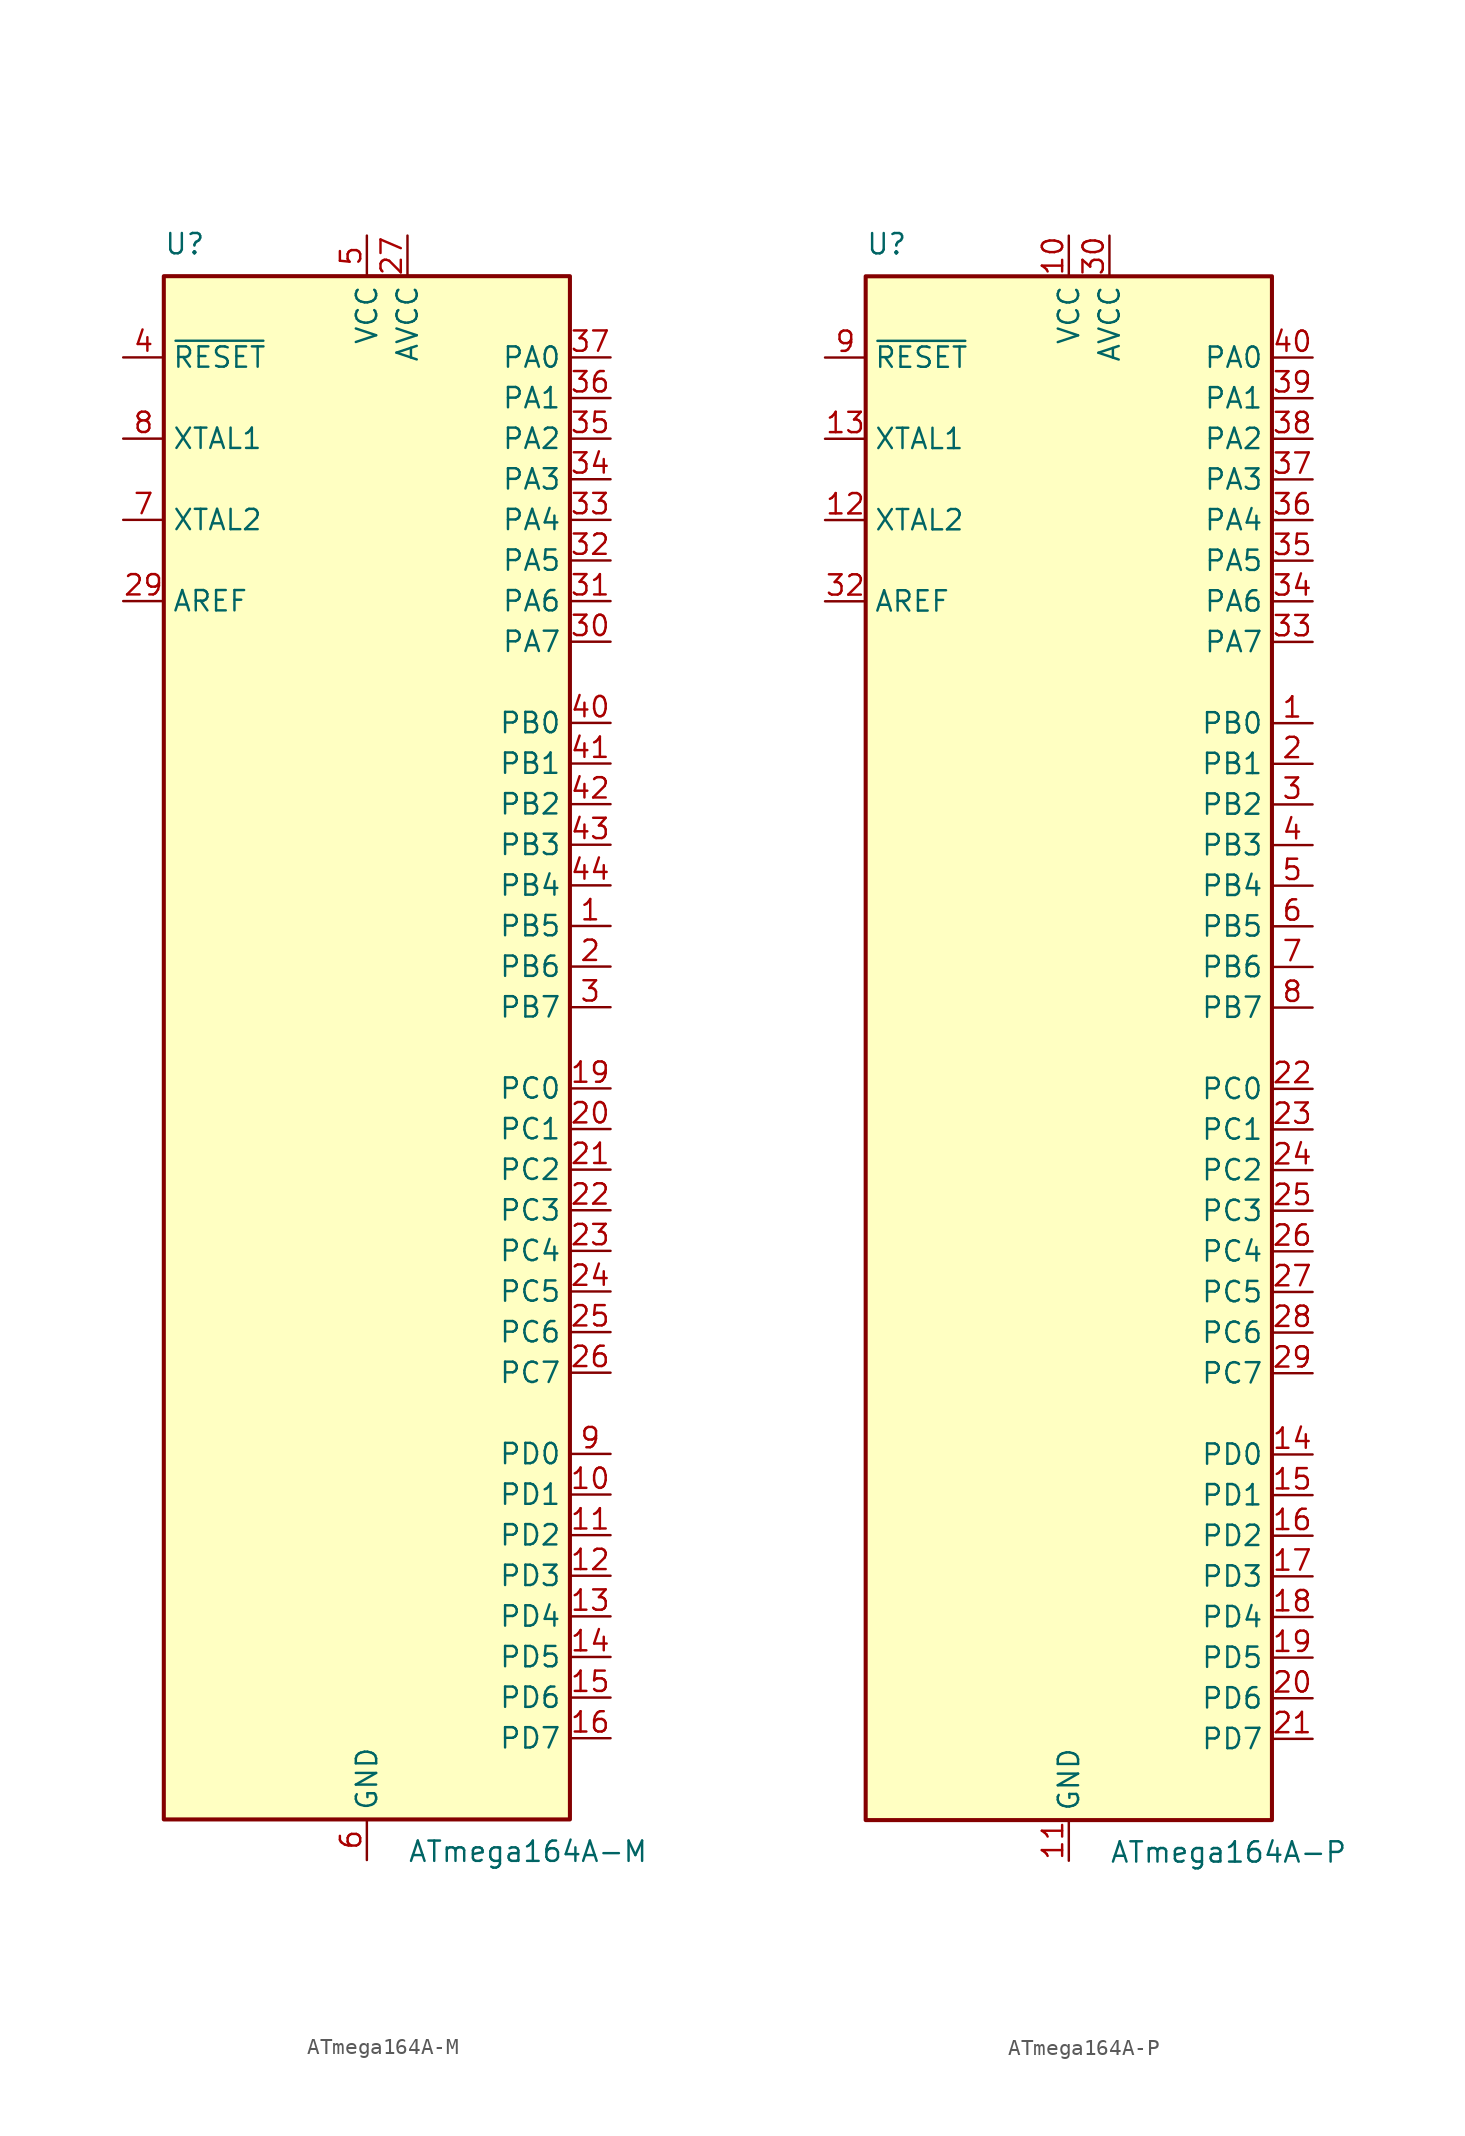
<source format=kicad_sym>
(kicad_symbol_lib
  (version 20201005)
  (generator kicad_symbol_editor)
  (symbol "MCU_Microchip_ATmega:ATmega164A-M"
    (property "Reference" "U"
      (at -12.7 49.53 0)
      (effects (font (size 1.27 1.27)) (justify left bottom)))
    (property "Value" "ATmega164A-M"
      (at 2.54 -49.53 0)
      (effects (font (size 1.27 1.27)) (justify left top)))
    (symbol "ATmega164A-M_0_1"
      (rectangle (start -12.7 -48.26) (end 12.7 48.26) (stroke (width 0.254)) (fill (type background))))
    (symbol "ATmega164A-M_1_1"
      (pin bidirectional line (at 15.24 7.62 180) (length 2.54) (name "PB5" (effects (font (size 1.27 1.27)))) (number "1" (effects (font (size 1.27 1.27)))))
      (pin bidirectional line (at 15.24 -27.94 180) (length 2.54) (name "PD1" (effects (font (size 1.27 1.27)))) (number "10" (effects (font (size 1.27 1.27)))))
      (pin bidirectional line (at 15.24 -30.48 180) (length 2.54) (name "PD2" (effects (font (size 1.27 1.27)))) (number "11" (effects (font (size 1.27 1.27)))))
      (pin bidirectional line (at 15.24 -33.02 180) (length 2.54) (name "PD3" (effects (font (size 1.27 1.27)))) (number "12" (effects (font (size 1.27 1.27)))))
      (pin bidirectional line (at 15.24 -35.56 180) (length 2.54) (name "PD4" (effects (font (size 1.27 1.27)))) (number "13" (effects (font (size 1.27 1.27)))))
      (pin bidirectional line (at 15.24 -38.1 180) (length 2.54) (name "PD5" (effects (font (size 1.27 1.27)))) (number "14" (effects (font (size 1.27 1.27)))))
      (pin bidirectional line (at 15.24 -40.64 180) (length 2.54) (name "PD6" (effects (font (size 1.27 1.27)))) (number "15" (effects (font (size 1.27 1.27)))))
      (pin bidirectional line (at 15.24 -43.18 180) (length 2.54) (name "PD7" (effects (font (size 1.27 1.27)))) (number "16" (effects (font (size 1.27 1.27)))))
      (pin passive line (at 0 50.8 270) (length 2.54) hide (name "VCC" (effects (font (size 1.27 1.27)))) (number "17" (effects (font (size 1.27 1.27)))))
      (pin passive line (at 0 -50.8 90) (length 2.54) hide (name "GND" (effects (font (size 1.27 1.27)))) (number "18" (effects (font (size 1.27 1.27)))))
      (pin bidirectional line (at 15.24 -2.54 180) (length 2.54) (name "PC0" (effects (font (size 1.27 1.27)))) (number "19" (effects (font (size 1.27 1.27)))))
      (pin bidirectional line (at 15.24 5.08 180) (length 2.54) (name "PB6" (effects (font (size 1.27 1.27)))) (number "2" (effects (font (size 1.27 1.27)))))
      (pin bidirectional line (at 15.24 -5.08 180) (length 2.54) (name "PC1" (effects (font (size 1.27 1.27)))) (number "20" (effects (font (size 1.27 1.27)))))
      (pin bidirectional line (at 15.24 -7.62 180) (length 2.54) (name "PC2" (effects (font (size 1.27 1.27)))) (number "21" (effects (font (size 1.27 1.27)))))
      (pin bidirectional line (at 15.24 -10.16 180) (length 2.54) (name "PC3" (effects (font (size 1.27 1.27)))) (number "22" (effects (font (size 1.27 1.27)))))
      (pin bidirectional line (at 15.24 -12.7 180) (length 2.54) (name "PC4" (effects (font (size 1.27 1.27)))) (number "23" (effects (font (size 1.27 1.27)))))
      (pin bidirectional line (at 15.24 -15.24 180) (length 2.54) (name "PC5" (effects (font (size 1.27 1.27)))) (number "24" (effects (font (size 1.27 1.27)))))
      (pin bidirectional line (at 15.24 -17.78 180) (length 2.54) (name "PC6" (effects (font (size 1.27 1.27)))) (number "25" (effects (font (size 1.27 1.27)))))
      (pin bidirectional line (at 15.24 -20.32 180) (length 2.54) (name "PC7" (effects (font (size 1.27 1.27)))) (number "26" (effects (font (size 1.27 1.27)))))
      (pin power_in line (at 2.54 50.8 270) (length 2.54) (name "AVCC" (effects (font (size 1.27 1.27)))) (number "27" (effects (font (size 1.27 1.27)))))
      (pin passive line (at 0 -50.8 90) (length 2.54) hide (name "GND" (effects (font (size 1.27 1.27)))) (number "28" (effects (font (size 1.27 1.27)))))
      (pin passive line (at -15.24 27.94 0) (length 2.54) (name "AREF" (effects (font (size 1.27 1.27)))) (number "29" (effects (font (size 1.27 1.27)))))
      (pin bidirectional line (at 15.24 2.54 180) (length 2.54) (name "PB7" (effects (font (size 1.27 1.27)))) (number "3" (effects (font (size 1.27 1.27)))))
      (pin bidirectional line (at 15.24 25.4 180) (length 2.54) (name "PA7" (effects (font (size 1.27 1.27)))) (number "30" (effects (font (size 1.27 1.27)))))
      (pin bidirectional line (at 15.24 27.94 180) (length 2.54) (name "PA6" (effects (font (size 1.27 1.27)))) (number "31" (effects (font (size 1.27 1.27)))))
      (pin bidirectional line (at 15.24 30.48 180) (length 2.54) (name "PA5" (effects (font (size 1.27 1.27)))) (number "32" (effects (font (size 1.27 1.27)))))
      (pin bidirectional line (at 15.24 33.02 180) (length 2.54) (name "PA4" (effects (font (size 1.27 1.27)))) (number "33" (effects (font (size 1.27 1.27)))))
      (pin bidirectional line (at 15.24 35.56 180) (length 2.54) (name "PA3" (effects (font (size 1.27 1.27)))) (number "34" (effects (font (size 1.27 1.27)))))
      (pin bidirectional line (at 15.24 38.1 180) (length 2.54) (name "PA2" (effects (font (size 1.27 1.27)))) (number "35" (effects (font (size 1.27 1.27)))))
      (pin bidirectional line (at 15.24 40.64 180) (length 2.54) (name "PA1" (effects (font (size 1.27 1.27)))) (number "36" (effects (font (size 1.27 1.27)))))
      (pin bidirectional line (at 15.24 43.18 180) (length 2.54) (name "PA0" (effects (font (size 1.27 1.27)))) (number "37" (effects (font (size 1.27 1.27)))))
      (pin passive line (at 0 50.8 270) (length 2.54) hide (name "VCC" (effects (font (size 1.27 1.27)))) (number "38" (effects (font (size 1.27 1.27)))))
      (pin passive line (at 0 -50.8 90) (length 2.54) hide (name "GND" (effects (font (size 1.27 1.27)))) (number "39" (effects (font (size 1.27 1.27)))))
      (pin input line (at -15.24 43.18 0) (length 2.54) (name "~RESET" (effects (font (size 1.27 1.27)))) (number "4" (effects (font (size 1.27 1.27)))))
      (pin bidirectional line (at 15.24 20.32 180) (length 2.54) (name "PB0" (effects (font (size 1.27 1.27)))) (number "40" (effects (font (size 1.27 1.27)))))
      (pin bidirectional line (at 15.24 17.78 180) (length 2.54) (name "PB1" (effects (font (size 1.27 1.27)))) (number "41" (effects (font (size 1.27 1.27)))))
      (pin bidirectional line (at 15.24 15.24 180) (length 2.54) (name "PB2" (effects (font (size 1.27 1.27)))) (number "42" (effects (font (size 1.27 1.27)))))
      (pin bidirectional line (at 15.24 12.7 180) (length 2.54) (name "PB3" (effects (font (size 1.27 1.27)))) (number "43" (effects (font (size 1.27 1.27)))))
      (pin bidirectional line (at 15.24 10.16 180) (length 2.54) (name "PB4" (effects (font (size 1.27 1.27)))) (number "44" (effects (font (size 1.27 1.27)))))
      (pin passive line (at 0 -50.8 90) (length 2.54) hide (name "GND" (effects (font (size 1.27 1.27)))) (number "45" (effects (font (size 1.27 1.27)))))
      (pin power_in line (at 0 50.8 270) (length 2.54) (name "VCC" (effects (font (size 1.27 1.27)))) (number "5" (effects (font (size 1.27 1.27)))))
      (pin power_in line (at 0 -50.8 90) (length 2.54) (name "GND" (effects (font (size 1.27 1.27)))) (number "6" (effects (font (size 1.27 1.27)))))
      (pin output line (at -15.24 33.02 0) (length 2.54) (name "XTAL2" (effects (font (size 1.27 1.27)))) (number "7" (effects (font (size 1.27 1.27)))))
      (pin input line (at -15.24 38.1 0) (length 2.54) (name "XTAL1" (effects (font (size 1.27 1.27)))) (number "8" (effects (font (size 1.27 1.27)))))
      (pin bidirectional line (at 15.24 -25.4 180) (length 2.54) (name "PD0" (effects (font (size 1.27 1.27)))) (number "9" (effects (font (size 1.27 1.27)))))))
  (symbol "MCU_Microchip_ATmega:ATmega164A-P"
    (property "Reference" "U"
      (at -12.7 49.53 0)
      (effects (font (size 1.27 1.27)) (justify left bottom)))
    (property "Value" "ATmega164A-P"
      (at 2.54 -49.53 0)
      (effects (font (size 1.27 1.27)) (justify left top)))
    (symbol "ATmega164A-P_0_1"
      (rectangle (start -12.7 -48.26) (end 12.7 48.26) (stroke (width 0.254)) (fill (type background))))
    (symbol "ATmega164A-P_1_1"
      (pin bidirectional line (at 15.24 20.32 180) (length 2.54) (name "PB0" (effects (font (size 1.27 1.27)))) (number "1" (effects (font (size 1.27 1.27)))))
      (pin power_in line (at 0 50.8 270) (length 2.54) (name "VCC" (effects (font (size 1.27 1.27)))) (number "10" (effects (font (size 1.27 1.27)))))
      (pin power_in line (at 0 -50.8 90) (length 2.54) (name "GND" (effects (font (size 1.27 1.27)))) (number "11" (effects (font (size 1.27 1.27)))))
      (pin output line (at -15.24 33.02 0) (length 2.54) (name "XTAL2" (effects (font (size 1.27 1.27)))) (number "12" (effects (font (size 1.27 1.27)))))
      (pin input line (at -15.24 38.1 0) (length 2.54) (name "XTAL1" (effects (font (size 1.27 1.27)))) (number "13" (effects (font (size 1.27 1.27)))))
      (pin bidirectional line (at 15.24 -25.4 180) (length 2.54) (name "PD0" (effects (font (size 1.27 1.27)))) (number "14" (effects (font (size 1.27 1.27)))))
      (pin bidirectional line (at 15.24 -27.94 180) (length 2.54) (name "PD1" (effects (font (size 1.27 1.27)))) (number "15" (effects (font (size 1.27 1.27)))))
      (pin bidirectional line (at 15.24 -30.48 180) (length 2.54) (name "PD2" (effects (font (size 1.27 1.27)))) (number "16" (effects (font (size 1.27 1.27)))))
      (pin bidirectional line (at 15.24 -33.02 180) (length 2.54) (name "PD3" (effects (font (size 1.27 1.27)))) (number "17" (effects (font (size 1.27 1.27)))))
      (pin bidirectional line (at 15.24 -35.56 180) (length 2.54) (name "PD4" (effects (font (size 1.27 1.27)))) (number "18" (effects (font (size 1.27 1.27)))))
      (pin bidirectional line (at 15.24 -38.1 180) (length 2.54) (name "PD5" (effects (font (size 1.27 1.27)))) (number "19" (effects (font (size 1.27 1.27)))))
      (pin bidirectional line (at 15.24 17.78 180) (length 2.54) (name "PB1" (effects (font (size 1.27 1.27)))) (number "2" (effects (font (size 1.27 1.27)))))
      (pin bidirectional line (at 15.24 -40.64 180) (length 2.54) (name "PD6" (effects (font (size 1.27 1.27)))) (number "20" (effects (font (size 1.27 1.27)))))
      (pin bidirectional line (at 15.24 -43.18 180) (length 2.54) (name "PD7" (effects (font (size 1.27 1.27)))) (number "21" (effects (font (size 1.27 1.27)))))
      (pin bidirectional line (at 15.24 -2.54 180) (length 2.54) (name "PC0" (effects (font (size 1.27 1.27)))) (number "22" (effects (font (size 1.27 1.27)))))
      (pin bidirectional line (at 15.24 -5.08 180) (length 2.54) (name "PC1" (effects (font (size 1.27 1.27)))) (number "23" (effects (font (size 1.27 1.27)))))
      (pin bidirectional line (at 15.24 -7.62 180) (length 2.54) (name "PC2" (effects (font (size 1.27 1.27)))) (number "24" (effects (font (size 1.27 1.27)))))
      (pin bidirectional line (at 15.24 -10.16 180) (length 2.54) (name "PC3" (effects (font (size 1.27 1.27)))) (number "25" (effects (font (size 1.27 1.27)))))
      (pin bidirectional line (at 15.24 -12.7 180) (length 2.54) (name "PC4" (effects (font (size 1.27 1.27)))) (number "26" (effects (font (size 1.27 1.27)))))
      (pin bidirectional line (at 15.24 -15.24 180) (length 2.54) (name "PC5" (effects (font (size 1.27 1.27)))) (number "27" (effects (font (size 1.27 1.27)))))
      (pin bidirectional line (at 15.24 -17.78 180) (length 2.54) (name "PC6" (effects (font (size 1.27 1.27)))) (number "28" (effects (font (size 1.27 1.27)))))
      (pin bidirectional line (at 15.24 -20.32 180) (length 2.54) (name "PC7" (effects (font (size 1.27 1.27)))) (number "29" (effects (font (size 1.27 1.27)))))
      (pin bidirectional line (at 15.24 15.24 180) (length 2.54) (name "PB2" (effects (font (size 1.27 1.27)))) (number "3" (effects (font (size 1.27 1.27)))))
      (pin power_in line (at 2.54 50.8 270) (length 2.54) (name "AVCC" (effects (font (size 1.27 1.27)))) (number "30" (effects (font (size 1.27 1.27)))))
      (pin passive line (at 0 -50.8 90) (length 2.54) hide (name "GND" (effects (font (size 1.27 1.27)))) (number "31" (effects (font (size 1.27 1.27)))))
      (pin passive line (at -15.24 27.94 0) (length 2.54) (name "AREF" (effects (font (size 1.27 1.27)))) (number "32" (effects (font (size 1.27 1.27)))))
      (pin bidirectional line (at 15.24 25.4 180) (length 2.54) (name "PA7" (effects (font (size 1.27 1.27)))) (number "33" (effects (font (size 1.27 1.27)))))
      (pin bidirectional line (at 15.24 27.94 180) (length 2.54) (name "PA6" (effects (font (size 1.27 1.27)))) (number "34" (effects (font (size 1.27 1.27)))))
      (pin bidirectional line (at 15.24 30.48 180) (length 2.54) (name "PA5" (effects (font (size 1.27 1.27)))) (number "35" (effects (font (size 1.27 1.27)))))
      (pin bidirectional line (at 15.24 33.02 180) (length 2.54) (name "PA4" (effects (font (size 1.27 1.27)))) (number "36" (effects (font (size 1.27 1.27)))))
      (pin bidirectional line (at 15.24 35.56 180) (length 2.54) (name "PA3" (effects (font (size 1.27 1.27)))) (number "37" (effects (font (size 1.27 1.27)))))
      (pin bidirectional line (at 15.24 38.1 180) (length 2.54) (name "PA2" (effects (font (size 1.27 1.27)))) (number "38" (effects (font (size 1.27 1.27)))))
      (pin bidirectional line (at 15.24 40.64 180) (length 2.54) (name "PA1" (effects (font (size 1.27 1.27)))) (number "39" (effects (font (size 1.27 1.27)))))
      (pin bidirectional line (at 15.24 12.7 180) (length 2.54) (name "PB3" (effects (font (size 1.27 1.27)))) (number "4" (effects (font (size 1.27 1.27)))))
      (pin bidirectional line (at 15.24 43.18 180) (length 2.54) (name "PA0" (effects (font (size 1.27 1.27)))) (number "40" (effects (font (size 1.27 1.27)))))
      (pin bidirectional line (at 15.24 10.16 180) (length 2.54) (name "PB4" (effects (font (size 1.27 1.27)))) (number "5" (effects (font (size 1.27 1.27)))))
      (pin bidirectional line (at 15.24 7.62 180) (length 2.54) (name "PB5" (effects (font (size 1.27 1.27)))) (number "6" (effects (font (size 1.27 1.27)))))
      (pin bidirectional line (at 15.24 5.08 180) (length 2.54) (name "PB6" (effects (font (size 1.27 1.27)))) (number "7" (effects (font (size 1.27 1.27)))))
      (pin bidirectional line (at 15.24 2.54 180) (length 2.54) (name "PB7" (effects (font (size 1.27 1.27)))) (number "8" (effects (font (size 1.27 1.27)))))
      (pin input line (at -15.24 43.18 0) (length 2.54) (name "~RESET" (effects (font (size 1.27 1.27)))) (number "9" (effects (font (size 1.27 1.27))))))))
</source>
